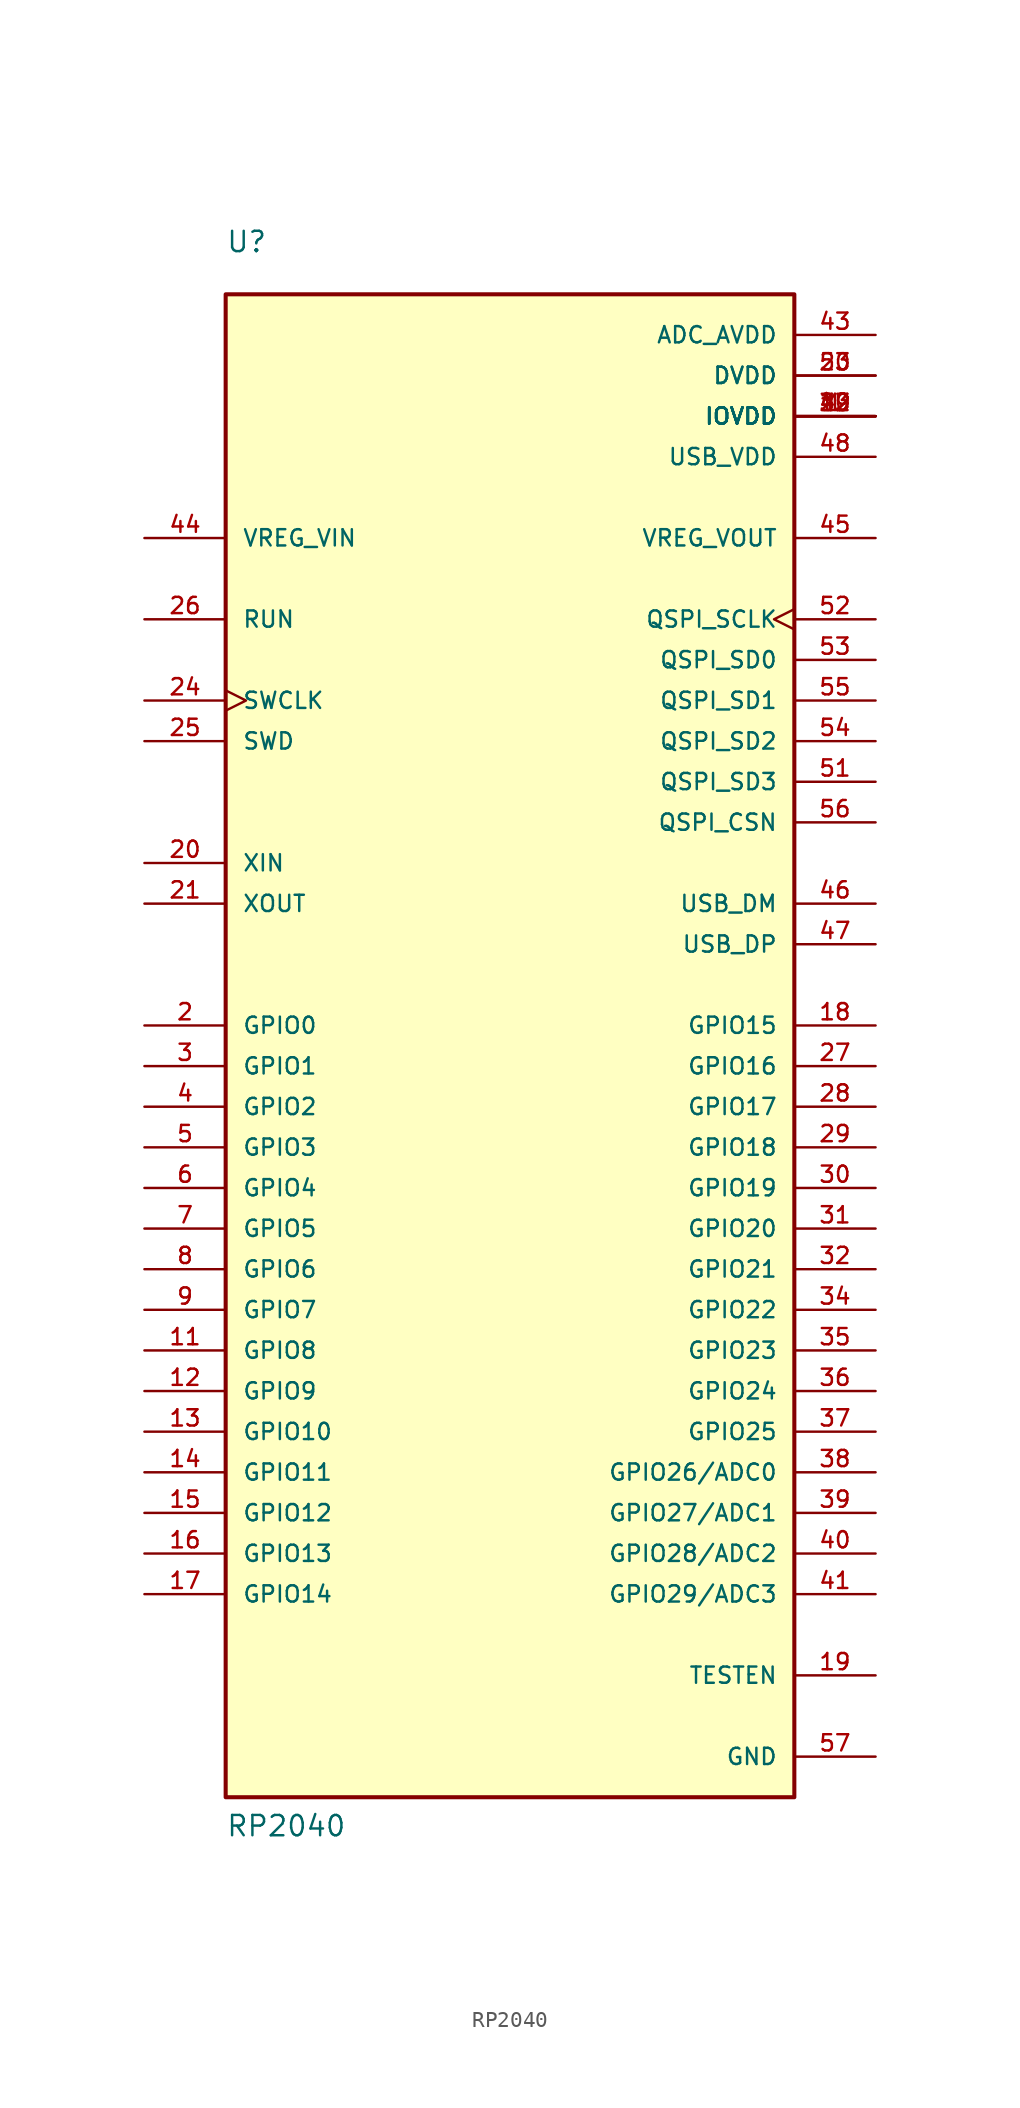
<source format=kicad_sym>
(kicad_symbol_lib
  (version 20211014)
  (generator kicad_symbol_editor)
  (symbol "RP2040"
    (pin_names
      (offset 1.016))
    (property "Reference" "U"
      (at -17.78 50.8 0)
      (effects (font (size 1.27 1.27)) (justify left bottom)))
    (property "Value" "RP2040"
      (at -17.78 -48.26 0)
      (effects (font (size 1.27 1.27)) (justify left bottom)))
    (property "ki_locked" ""
      (at 0 0 0)
      (effects (font (size 1.27 1.27))))
    (symbol "RP2040_0_0"
      (rectangle (start -17.78 -45.72) (end 17.78 48.26) (stroke (width 0.254) (type default) (color 0 0 0 0)) (fill (type background)))
      (pin power_in line (at 22.86 40.64 180) (length 5.08) (name "IOVDD" (effects (font (size 1.016 1.016)))) (number "1" (effects (font (size 1.016 1.016)))))
      (pin power_in line (at 22.86 40.64 180) (length 5.08) (name "IOVDD" (effects (font (size 1.016 1.016)))) (number "10" (effects (font (size 1.016 1.016)))))
      (pin bidirectional line (at -22.86 -17.78 0) (length 5.08) (name "GPIO8" (effects (font (size 1.016 1.016)))) (number "11" (effects (font (size 1.016 1.016)))))
      (pin bidirectional line (at -22.86 -20.32 0) (length 5.08) (name "GPIO9" (effects (font (size 1.016 1.016)))) (number "12" (effects (font (size 1.016 1.016)))))
      (pin bidirectional line (at -22.86 -22.86 0) (length 5.08) (name "GPIO10" (effects (font (size 1.016 1.016)))) (number "13" (effects (font (size 1.016 1.016)))))
      (pin bidirectional line (at -22.86 -25.4 0) (length 5.08) (name "GPIO11" (effects (font (size 1.016 1.016)))) (number "14" (effects (font (size 1.016 1.016)))))
      (pin bidirectional line (at -22.86 -27.94 0) (length 5.08) (name "GPIO12" (effects (font (size 1.016 1.016)))) (number "15" (effects (font (size 1.016 1.016)))))
      (pin bidirectional line (at -22.86 -30.48 0) (length 5.08) (name "GPIO13" (effects (font (size 1.016 1.016)))) (number "16" (effects (font (size 1.016 1.016)))))
      (pin bidirectional line (at -22.86 -33.02 0) (length 5.08) (name "GPIO14" (effects (font (size 1.016 1.016)))) (number "17" (effects (font (size 1.016 1.016)))))
      (pin bidirectional line (at 22.86 2.54 180) (length 5.08) (name "GPIO15" (effects (font (size 1.016 1.016)))) (number "18" (effects (font (size 1.016 1.016)))))
      (pin passive line (at 22.86 -38.1 180) (length 5.08) (name "TESTEN" (effects (font (size 1.016 1.016)))) (number "19" (effects (font (size 1.016 1.016)))))
      (pin bidirectional line (at -22.86 2.54 0) (length 5.08) (name "GPIO0" (effects (font (size 1.016 1.016)))) (number "2" (effects (font (size 1.016 1.016)))))
      (pin input line (at -22.86 12.7 0) (length 5.08) (name "XIN" (effects (font (size 1.016 1.016)))) (number "20" (effects (font (size 1.016 1.016)))))
      (pin output line (at -22.86 10.16 0) (length 5.08) (name "XOUT" (effects (font (size 1.016 1.016)))) (number "21" (effects (font (size 1.016 1.016)))))
      (pin power_in line (at 22.86 40.64 180) (length 5.08) (name "IOVDD" (effects (font (size 1.016 1.016)))) (number "22" (effects (font (size 1.016 1.016)))))
      (pin power_in line (at 22.86 43.18 180) (length 5.08) (name "DVDD" (effects (font (size 1.016 1.016)))) (number "23" (effects (font (size 1.016 1.016)))))
      (pin input clock (at -22.86 22.86 0) (length 5.08) (name "SWCLK" (effects (font (size 1.016 1.016)))) (number "24" (effects (font (size 1.016 1.016)))))
      (pin bidirectional line (at -22.86 20.32 0) (length 5.08) (name "SWD" (effects (font (size 1.016 1.016)))) (number "25" (effects (font (size 1.016 1.016)))))
      (pin input line (at -22.86 27.94 0) (length 5.08) (name "RUN" (effects (font (size 1.016 1.016)))) (number "26" (effects (font (size 1.016 1.016)))))
      (pin bidirectional line (at 22.86 0 180) (length 5.08) (name "GPIO16" (effects (font (size 1.016 1.016)))) (number "27" (effects (font (size 1.016 1.016)))))
      (pin bidirectional line (at 22.86 -2.54 180) (length 5.08) (name "GPIO17" (effects (font (size 1.016 1.016)))) (number "28" (effects (font (size 1.016 1.016)))))
      (pin bidirectional line (at 22.86 -5.08 180) (length 5.08) (name "GPIO18" (effects (font (size 1.016 1.016)))) (number "29" (effects (font (size 1.016 1.016)))))
      (pin bidirectional line (at -22.86 0 0) (length 5.08) (name "GPIO1" (effects (font (size 1.016 1.016)))) (number "3" (effects (font (size 1.016 1.016)))))
      (pin bidirectional line (at 22.86 -7.62 180) (length 5.08) (name "GPIO19" (effects (font (size 1.016 1.016)))) (number "30" (effects (font (size 1.016 1.016)))))
      (pin bidirectional line (at 22.86 -10.16 180) (length 5.08) (name "GPIO20" (effects (font (size 1.016 1.016)))) (number "31" (effects (font (size 1.016 1.016)))))
      (pin bidirectional line (at 22.86 -12.7 180) (length 5.08) (name "GPIO21" (effects (font (size 1.016 1.016)))) (number "32" (effects (font (size 1.016 1.016)))))
      (pin power_in line (at 22.86 40.64 180) (length 5.08) (name "IOVDD" (effects (font (size 1.016 1.016)))) (number "33" (effects (font (size 1.016 1.016)))))
      (pin bidirectional line (at 22.86 -15.24 180) (length 5.08) (name "GPIO22" (effects (font (size 1.016 1.016)))) (number "34" (effects (font (size 1.016 1.016)))))
      (pin bidirectional line (at 22.86 -17.78 180) (length 5.08) (name "GPIO23" (effects (font (size 1.016 1.016)))) (number "35" (effects (font (size 1.016 1.016)))))
      (pin bidirectional line (at 22.86 -20.32 180) (length 5.08) (name "GPIO24" (effects (font (size 1.016 1.016)))) (number "36" (effects (font (size 1.016 1.016)))))
      (pin bidirectional line (at 22.86 -22.86 180) (length 5.08) (name "GPIO25" (effects (font (size 1.016 1.016)))) (number "37" (effects (font (size 1.016 1.016)))))
      (pin bidirectional line (at 22.86 -25.4 180) (length 5.08) (name "GPIO26/ADC0" (effects (font (size 1.016 1.016)))) (number "38" (effects (font (size 1.016 1.016)))))
      (pin bidirectional line (at 22.86 -27.94 180) (length 5.08) (name "GPIO27/ADC1" (effects (font (size 1.016 1.016)))) (number "39" (effects (font (size 1.016 1.016)))))
      (pin bidirectional line (at -22.86 -2.54 0) (length 5.08) (name "GPIO2" (effects (font (size 1.016 1.016)))) (number "4" (effects (font (size 1.016 1.016)))))
      (pin bidirectional line (at 22.86 -30.48 180) (length 5.08) (name "GPIO28/ADC2" (effects (font (size 1.016 1.016)))) (number "40" (effects (font (size 1.016 1.016)))))
      (pin bidirectional line (at 22.86 -33.02 180) (length 5.08) (name "GPIO29/ADC3" (effects (font (size 1.016 1.016)))) (number "41" (effects (font (size 1.016 1.016)))))
      (pin power_in line (at 22.86 40.64 180) (length 5.08) (name "IOVDD" (effects (font (size 1.016 1.016)))) (number "42" (effects (font (size 1.016 1.016)))))
      (pin power_in line (at 22.86 45.72 180) (length 5.08) (name "ADC_AVDD" (effects (font (size 1.016 1.016)))) (number "43" (effects (font (size 1.016 1.016)))))
      (pin input line (at -22.86 33.02 0) (length 5.08) (name "VREG_VIN" (effects (font (size 1.016 1.016)))) (number "44" (effects (font (size 1.016 1.016)))))
      (pin output line (at 22.86 33.02 180) (length 5.08) (name "VREG_VOUT" (effects (font (size 1.016 1.016)))) (number "45" (effects (font (size 1.016 1.016)))))
      (pin bidirectional line (at 22.86 10.16 180) (length 5.08) (name "USB_DM" (effects (font (size 1.016 1.016)))) (number "46" (effects (font (size 1.016 1.016)))))
      (pin bidirectional line (at 22.86 7.62 180) (length 5.08) (name "USB_DP" (effects (font (size 1.016 1.016)))) (number "47" (effects (font (size 1.016 1.016)))))
      (pin power_in line (at 22.86 38.1 180) (length 5.08) (name "USB_VDD" (effects (font (size 1.016 1.016)))) (number "48" (effects (font (size 1.016 1.016)))))
      (pin power_in line (at 22.86 40.64 180) (length 5.08) (name "IOVDD" (effects (font (size 1.016 1.016)))) (number "49" (effects (font (size 1.016 1.016)))))
      (pin bidirectional line (at -22.86 -5.08 0) (length 5.08) (name "GPIO3" (effects (font (size 1.016 1.016)))) (number "5" (effects (font (size 1.016 1.016)))))
      (pin power_in line (at 22.86 43.18 180) (length 5.08) (name "DVDD" (effects (font (size 1.016 1.016)))) (number "50" (effects (font (size 1.016 1.016)))))
      (pin bidirectional line (at 22.86 17.78 180) (length 5.08) (name "QSPI_SD3" (effects (font (size 1.016 1.016)))) (number "51" (effects (font (size 1.016 1.016)))))
      (pin bidirectional clock (at 22.86 27.94 180) (length 5.08) (name "QSPI_SCLK" (effects (font (size 1.016 1.016)))) (number "52" (effects (font (size 1.016 1.016)))))
      (pin bidirectional line (at 22.86 25.4 180) (length 5.08) (name "QSPI_SD0" (effects (font (size 1.016 1.016)))) (number "53" (effects (font (size 1.016 1.016)))))
      (pin bidirectional line (at 22.86 20.32 180) (length 5.08) (name "QSPI_SD2" (effects (font (size 1.016 1.016)))) (number "54" (effects (font (size 1.016 1.016)))))
      (pin bidirectional line (at 22.86 22.86 180) (length 5.08) (name "QSPI_SD1" (effects (font (size 1.016 1.016)))) (number "55" (effects (font (size 1.016 1.016)))))
      (pin bidirectional line (at 22.86 15.24 180) (length 5.08) (name "QSPI_CSN" (effects (font (size 1.016 1.016)))) (number "56" (effects (font (size 1.016 1.016)))))
      (pin power_in line (at 22.86 -43.18 180) (length 5.08) (name "GND" (effects (font (size 1.016 1.016)))) (number "57" (effects (font (size 1.016 1.016)))))
      (pin bidirectional line (at -22.86 -7.62 0) (length 5.08) (name "GPIO4" (effects (font (size 1.016 1.016)))) (number "6" (effects (font (size 1.016 1.016)))))
      (pin bidirectional line (at -22.86 -10.16 0) (length 5.08) (name "GPIO5" (effects (font (size 1.016 1.016)))) (number "7" (effects (font (size 1.016 1.016)))))
      (pin bidirectional line (at -22.86 -12.7 0) (length 5.08) (name "GPIO6" (effects (font (size 1.016 1.016)))) (number "8" (effects (font (size 1.016 1.016)))))
      (pin bidirectional line (at -22.86 -15.24 0) (length 5.08) (name "GPIO7" (effects (font (size 1.016 1.016)))) (number "9" (effects (font (size 1.016 1.016))))))))
</source>
